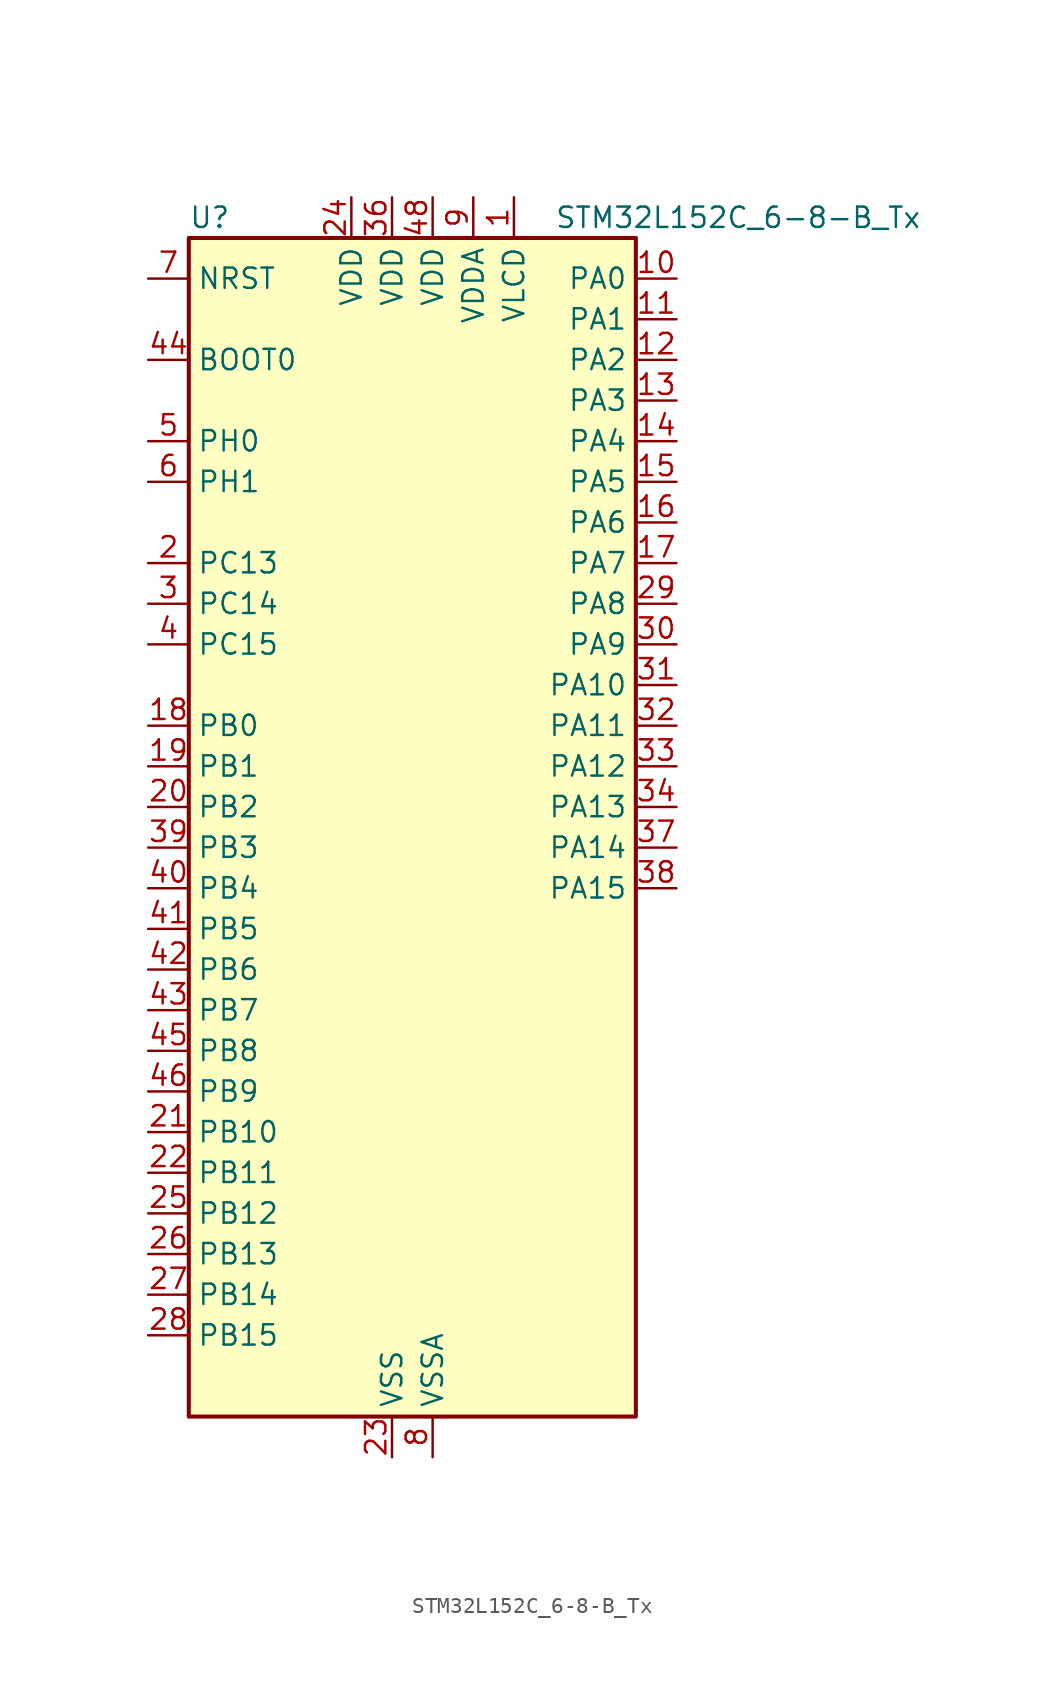
<source format=kicad_sym>
(kicad_symbol_lib
  (version 20231120)
  (generator "kicad_symbol_editor")
  (generator_version "8.0")
  (symbol "STM32L152C_6-8-B_Tx"
    (property "Reference" "U"
      (at -12.7 39.37 0)
      (effects (font (size 1.27 1.27)) (justify left)))
    (property "Value" "STM32L152C_6-8-B_Tx"
      (at 10.16 39.37 0)
      (effects (font (size 1.27 1.27)) (justify left)))
    (property "ki_locked" ""
      (at 0 0 0)
      (effects (font (size 1.27 1.27))))
    (symbol "STM32L152C_6-8-B_Tx_0_1"
      (rectangle (start -12.7 -35.56) (end 15.24 38.1) (stroke (width 0.254) (type default)) (fill (type background))))
    (symbol "STM32L152C_6-8-B_Tx_1_1"
      (pin power_in line (at 7.62 40.64 270) (length 2.54) (name "VLCD" (effects (font (size 1.27 1.27)))) (number "1" (effects (font (size 1.27 1.27)))))
      (pin bidirectional line (at 17.78 35.56 180) (length 2.54) (name "PA0" (effects (font (size 1.27 1.27)))) (number "10" (effects (font (size 1.27 1.27)))) (alternate "ADC_IN0" bidirectional line) (alternate "COMP1_INP" bidirectional line) (alternate "SYS_WKUP1" bidirectional line) (alternate "TIM2_CH1" bidirectional line) (alternate "TIM2_ETR" bidirectional line) (alternate "TIMX_IC1" bidirectional line) (alternate "TS_G1_IO1" bidirectional line) (alternate "USART2_CTS" bidirectional line))
      (pin bidirectional line (at 17.78 33.02 180) (length 2.54) (name "PA1" (effects (font (size 1.27 1.27)))) (number "11" (effects (font (size 1.27 1.27)))) (alternate "ADC_IN1" bidirectional line) (alternate "COMP1_INP" bidirectional line) (alternate "LCD_SEG0" bidirectional line) (alternate "TIM2_CH2" bidirectional line) (alternate "TIMX_IC2" bidirectional line) (alternate "TS_G1_IO2" bidirectional line) (alternate "USART2_RTS" bidirectional line))
      (pin bidirectional line (at 17.78 30.48 180) (length 2.54) (name "PA2" (effects (font (size 1.27 1.27)))) (number "12" (effects (font (size 1.27 1.27)))) (alternate "ADC_IN2" bidirectional line) (alternate "COMP1_INP" bidirectional line) (alternate "LCD_SEG1" bidirectional line) (alternate "TIM2_CH3" bidirectional line) (alternate "TIM9_CH1" bidirectional line) (alternate "TIMX_IC3" bidirectional line) (alternate "TS_G1_IO3" bidirectional line) (alternate "USART2_TX" bidirectional line))
      (pin bidirectional line (at 17.78 27.94 180) (length 2.54) (name "PA3" (effects (font (size 1.27 1.27)))) (number "13" (effects (font (size 1.27 1.27)))) (alternate "ADC_IN3" bidirectional line) (alternate "COMP1_INP" bidirectional line) (alternate "LCD_SEG2" bidirectional line) (alternate "TIM2_CH4" bidirectional line) (alternate "TIM9_CH2" bidirectional line) (alternate "TIMX_IC4" bidirectional line) (alternate "TS_G1_IO4" bidirectional line) (alternate "USART2_RX" bidirectional line))
      (pin bidirectional line (at 17.78 25.4 180) (length 2.54) (name "PA4" (effects (font (size 1.27 1.27)))) (number "14" (effects (font (size 1.27 1.27)))) (alternate "ADC_IN4" bidirectional line) (alternate "COMP1_INP" bidirectional line) (alternate "DAC_OUT1" bidirectional line) (alternate "SPI1_NSS" bidirectional line) (alternate "TIMX_IC1" bidirectional line) (alternate "USART2_CK" bidirectional line))
      (pin bidirectional line (at 17.78 22.86 180) (length 2.54) (name "PA5" (effects (font (size 1.27 1.27)))) (number "15" (effects (font (size 1.27 1.27)))) (alternate "ADC_IN5" bidirectional line) (alternate "COMP1_INP" bidirectional line) (alternate "DAC_OUT2" bidirectional line) (alternate "SPI1_SCK" bidirectional line) (alternate "TIM2_CH1" bidirectional line) (alternate "TIM2_ETR" bidirectional line) (alternate "TIMX_IC2" bidirectional line))
      (pin bidirectional line (at 17.78 20.32 180) (length 2.54) (name "PA6" (effects (font (size 1.27 1.27)))) (number "16" (effects (font (size 1.27 1.27)))) (alternate "ADC_IN6" bidirectional line) (alternate "COMP1_INP" bidirectional line) (alternate "LCD_SEG3" bidirectional line) (alternate "SPI1_MISO" bidirectional line) (alternate "TIM10_CH1" bidirectional line) (alternate "TIM3_CH1" bidirectional line) (alternate "TIMX_IC3" bidirectional line) (alternate "TS_G2_IO1" bidirectional line))
      (pin bidirectional line (at 17.78 17.78 180) (length 2.54) (name "PA7" (effects (font (size 1.27 1.27)))) (number "17" (effects (font (size 1.27 1.27)))) (alternate "ADC_IN7" bidirectional line) (alternate "COMP1_INP" bidirectional line) (alternate "LCD_SEG4" bidirectional line) (alternate "SPI1_MOSI" bidirectional line) (alternate "TIM11_CH1" bidirectional line) (alternate "TIM3_CH2" bidirectional line) (alternate "TIMX_IC4" bidirectional line) (alternate "TS_G2_IO2" bidirectional line))
      (pin bidirectional line (at -15.24 7.62 0) (length 2.54) (name "PB0" (effects (font (size 1.27 1.27)))) (number "18" (effects (font (size 1.27 1.27)))) (alternate "ADC_IN8" bidirectional line) (alternate "COMP1_INP" bidirectional line) (alternate "LCD_SEG5" bidirectional line) (alternate "SYS_V_REF_OUT" bidirectional line) (alternate "TIM3_CH3" bidirectional line) (alternate "TS_G3_IO1" bidirectional line))
      (pin bidirectional line (at -15.24 5.08 0) (length 2.54) (name "PB1" (effects (font (size 1.27 1.27)))) (number "19" (effects (font (size 1.27 1.27)))) (alternate "ADC_IN9" bidirectional line) (alternate "COMP1_INP" bidirectional line) (alternate "LCD_SEG6" bidirectional line) (alternate "SYS_V_REF_OUT" bidirectional line) (alternate "TIM3_CH4" bidirectional line) (alternate "TS_G3_IO2" bidirectional line))
      (pin bidirectional line (at -15.24 17.78 0) (length 2.54) (name "PC13" (effects (font (size 1.27 1.27)))) (number "2" (effects (font (size 1.27 1.27)))) (alternate "RTC_OUT_ALARM" bidirectional line) (alternate "RTC_OUT_CALIB" bidirectional line) (alternate "RTC_TAMP1" bidirectional line) (alternate "RTC_TS" bidirectional line) (alternate "SYS_WKUP2" bidirectional line) (alternate "TIMX_IC2" bidirectional line))
      (pin bidirectional line (at -15.24 2.54 0) (length 2.54) (name "PB2" (effects (font (size 1.27 1.27)))) (number "20" (effects (font (size 1.27 1.27)))))
      (pin bidirectional line (at -15.24 -17.78 0) (length 2.54) (name "PB10" (effects (font (size 1.27 1.27)))) (number "21" (effects (font (size 1.27 1.27)))) (alternate "I2C2_SCL" bidirectional line) (alternate "LCD_SEG10" bidirectional line) (alternate "TIM2_CH3" bidirectional line) (alternate "USART3_TX" bidirectional line))
      (pin bidirectional line (at -15.24 -20.32 0) (length 2.54) (name "PB11" (effects (font (size 1.27 1.27)))) (number "22" (effects (font (size 1.27 1.27)))) (alternate "ADC_EXTI11" bidirectional line) (alternate "I2C2_SDA" bidirectional line) (alternate "LCD_SEG11" bidirectional line) (alternate "TIM2_CH4" bidirectional line) (alternate "USART3_RX" bidirectional line))
      (pin power_in line (at 0 -38.1 90) (length 2.54) (name "VSS" (effects (font (size 1.27 1.27)))) (number "23" (effects (font (size 1.27 1.27)))))
      (pin power_in line (at -2.54 40.64 270) (length 2.54) (name "VDD" (effects (font (size 1.27 1.27)))) (number "24" (effects (font (size 1.27 1.27)))))
      (pin bidirectional line (at -15.24 -22.86 0) (length 2.54) (name "PB12" (effects (font (size 1.27 1.27)))) (number "25" (effects (font (size 1.27 1.27)))) (alternate "ADC_IN18" bidirectional line) (alternate "COMP1_INP" bidirectional line) (alternate "I2C2_SMBA" bidirectional line) (alternate "LCD_SEG12" bidirectional line) (alternate "SPI2_NSS" bidirectional line) (alternate "TIM10_CH1" bidirectional line) (alternate "TS_G7_IO1" bidirectional line) (alternate "USART3_CK" bidirectional line))
      (pin bidirectional line (at -15.24 -25.4 0) (length 2.54) (name "PB13" (effects (font (size 1.27 1.27)))) (number "26" (effects (font (size 1.27 1.27)))) (alternate "ADC_IN19" bidirectional line) (alternate "COMP1_INP" bidirectional line) (alternate "LCD_SEG13" bidirectional line) (alternate "SPI2_SCK" bidirectional line) (alternate "TIM9_CH1" bidirectional line) (alternate "TS_G7_IO2" bidirectional line) (alternate "USART3_CTS" bidirectional line))
      (pin bidirectional line (at -15.24 -27.94 0) (length 2.54) (name "PB14" (effects (font (size 1.27 1.27)))) (number "27" (effects (font (size 1.27 1.27)))) (alternate "ADC_IN20" bidirectional line) (alternate "COMP1_INP" bidirectional line) (alternate "LCD_SEG14" bidirectional line) (alternate "SPI2_MISO" bidirectional line) (alternate "TIM9_CH2" bidirectional line) (alternate "TS_G7_IO3" bidirectional line) (alternate "USART3_RTS" bidirectional line))
      (pin bidirectional line (at -15.24 -30.48 0) (length 2.54) (name "PB15" (effects (font (size 1.27 1.27)))) (number "28" (effects (font (size 1.27 1.27)))) (alternate "ADC_EXTI15" bidirectional line) (alternate "ADC_IN21" bidirectional line) (alternate "COMP1_INP" bidirectional line) (alternate "LCD_SEG15" bidirectional line) (alternate "RTC_REFIN" bidirectional line) (alternate "SPI2_MOSI" bidirectional line) (alternate "TIM11_CH1" bidirectional line) (alternate "TS_G7_IO4" bidirectional line))
      (pin bidirectional line (at 17.78 15.24 180) (length 2.54) (name "PA8" (effects (font (size 1.27 1.27)))) (number "29" (effects (font (size 1.27 1.27)))) (alternate "LCD_COM0" bidirectional line) (alternate "RCC_MCO" bidirectional line) (alternate "TIMX_IC1" bidirectional line) (alternate "TS_G4_IO1" bidirectional line) (alternate "USART1_CK" bidirectional line))
      (pin bidirectional line (at -15.24 15.24 0) (length 2.54) (name "PC14" (effects (font (size 1.27 1.27)))) (number "3" (effects (font (size 1.27 1.27)))) (alternate "RCC_OSC32_IN" bidirectional line) (alternate "TIMX_IC3" bidirectional line))
      (pin bidirectional line (at 17.78 12.7 180) (length 2.54) (name "PA9" (effects (font (size 1.27 1.27)))) (number "30" (effects (font (size 1.27 1.27)))) (alternate "DAC_EXTI9" bidirectional line) (alternate "LCD_COM1" bidirectional line) (alternate "TIMX_IC2" bidirectional line) (alternate "TS_G4_IO2" bidirectional line) (alternate "USART1_TX" bidirectional line))
      (pin bidirectional line (at 17.78 10.16 180) (length 2.54) (name "PA10" (effects (font (size 1.27 1.27)))) (number "31" (effects (font (size 1.27 1.27)))) (alternate "LCD_COM2" bidirectional line) (alternate "TIMX_IC3" bidirectional line) (alternate "TS_G4_IO3" bidirectional line) (alternate "USART1_RX" bidirectional line))
      (pin bidirectional line (at 17.78 7.62 180) (length 2.54) (name "PA11" (effects (font (size 1.27 1.27)))) (number "32" (effects (font (size 1.27 1.27)))) (alternate "ADC_EXTI11" bidirectional line) (alternate "SPI1_MISO" bidirectional line) (alternate "TIMX_IC4" bidirectional line) (alternate "USART1_CTS" bidirectional line) (alternate "USB_DM" bidirectional line))
      (pin bidirectional line (at 17.78 5.08 180) (length 2.54) (name "PA12" (effects (font (size 1.27 1.27)))) (number "33" (effects (font (size 1.27 1.27)))) (alternate "SPI1_MOSI" bidirectional line) (alternate "TIMX_IC1" bidirectional line) (alternate "USART1_RTS" bidirectional line) (alternate "USB_DP" bidirectional line))
      (pin bidirectional line (at 17.78 2.54 180) (length 2.54) (name "PA13" (effects (font (size 1.27 1.27)))) (number "34" (effects (font (size 1.27 1.27)))) (alternate "SYS_JTMS-SWDIO" bidirectional line) (alternate "TIMX_IC2" bidirectional line) (alternate "TS_G5_IO1" bidirectional line))
      (pin passive line (at 0 -38.1 90) (length 2.54) hide (name "VSS" (effects (font (size 1.27 1.27)))) (number "35" (effects (font (size 1.27 1.27)))))
      (pin power_in line (at 0 40.64 270) (length 2.54) (name "VDD" (effects (font (size 1.27 1.27)))) (number "36" (effects (font (size 1.27 1.27)))))
      (pin bidirectional line (at 17.78 0 180) (length 2.54) (name "PA14" (effects (font (size 1.27 1.27)))) (number "37" (effects (font (size 1.27 1.27)))) (alternate "SYS_JTCK-SWCLK" bidirectional line) (alternate "TIMX_IC3" bidirectional line) (alternate "TS_G5_IO2" bidirectional line))
      (pin bidirectional line (at 17.78 -2.54 180) (length 2.54) (name "PA15" (effects (font (size 1.27 1.27)))) (number "38" (effects (font (size 1.27 1.27)))) (alternate "ADC_EXTI15" bidirectional line) (alternate "LCD_SEG17" bidirectional line) (alternate "SPI1_NSS" bidirectional line) (alternate "SYS_JTDI" bidirectional line) (alternate "TIM2_CH1" bidirectional line) (alternate "TIM2_ETR" bidirectional line) (alternate "TIMX_IC4" bidirectional line) (alternate "TS_G5_IO3" bidirectional line))
      (pin bidirectional line (at -15.24 0 0) (length 2.54) (name "PB3" (effects (font (size 1.27 1.27)))) (number "39" (effects (font (size 1.27 1.27)))) (alternate "COMP2_INM" bidirectional line) (alternate "LCD_SEG7" bidirectional line) (alternate "SPI1_SCK" bidirectional line) (alternate "SYS_JTDO-TRACESWO" bidirectional line) (alternate "TIM2_CH2" bidirectional line))
      (pin bidirectional line (at -15.24 12.7 0) (length 2.54) (name "PC15" (effects (font (size 1.27 1.27)))) (number "4" (effects (font (size 1.27 1.27)))) (alternate "ADC_EXTI15" bidirectional line) (alternate "RCC_OSC32_OUT" bidirectional line) (alternate "TIMX_IC4" bidirectional line))
      (pin bidirectional line (at -15.24 -2.54 0) (length 2.54) (name "PB4" (effects (font (size 1.27 1.27)))) (number "40" (effects (font (size 1.27 1.27)))) (alternate "COMP2_INP" bidirectional line) (alternate "LCD_SEG8" bidirectional line) (alternate "SPI1_MISO" bidirectional line) (alternate "SYS_JTRST" bidirectional line) (alternate "TIM3_CH1" bidirectional line) (alternate "TS_G6_IO1" bidirectional line))
      (pin bidirectional line (at -15.24 -5.08 0) (length 2.54) (name "PB5" (effects (font (size 1.27 1.27)))) (number "41" (effects (font (size 1.27 1.27)))) (alternate "COMP2_INP" bidirectional line) (alternate "I2C1_SMBA" bidirectional line) (alternate "LCD_SEG9" bidirectional line) (alternate "SPI1_MOSI" bidirectional line) (alternate "TIM3_CH2" bidirectional line) (alternate "TS_G6_IO2" bidirectional line))
      (pin bidirectional line (at -15.24 -7.62 0) (length 2.54) (name "PB6" (effects (font (size 1.27 1.27)))) (number "42" (effects (font (size 1.27 1.27)))) (alternate "I2C1_SCL" bidirectional line) (alternate "TIM4_CH1" bidirectional line) (alternate "USART1_TX" bidirectional line))
      (pin bidirectional line (at -15.24 -10.16 0) (length 2.54) (name "PB7" (effects (font (size 1.27 1.27)))) (number "43" (effects (font (size 1.27 1.27)))) (alternate "I2C1_SDA" bidirectional line) (alternate "SYS_PVD_IN" bidirectional line) (alternate "TIM4_CH2" bidirectional line) (alternate "USART1_RX" bidirectional line))
      (pin input line (at -15.24 30.48 0) (length 2.54) (name "BOOT0" (effects (font (size 1.27 1.27)))) (number "44" (effects (font (size 1.27 1.27)))))
      (pin bidirectional line (at -15.24 -12.7 0) (length 2.54) (name "PB8" (effects (font (size 1.27 1.27)))) (number "45" (effects (font (size 1.27 1.27)))) (alternate "I2C1_SCL" bidirectional line) (alternate "LCD_SEG16" bidirectional line) (alternate "TIM10_CH1" bidirectional line) (alternate "TIM4_CH3" bidirectional line))
      (pin bidirectional line (at -15.24 -15.24 0) (length 2.54) (name "PB9" (effects (font (size 1.27 1.27)))) (number "46" (effects (font (size 1.27 1.27)))) (alternate "DAC_EXTI9" bidirectional line) (alternate "I2C1_SDA" bidirectional line) (alternate "LCD_COM3" bidirectional line) (alternate "TIM11_CH1" bidirectional line) (alternate "TIM4_CH4" bidirectional line))
      (pin passive line (at 0 -38.1 90) (length 2.54) hide (name "VSS" (effects (font (size 1.27 1.27)))) (number "47" (effects (font (size 1.27 1.27)))))
      (pin power_in line (at 2.54 40.64 270) (length 2.54) (name "VDD" (effects (font (size 1.27 1.27)))) (number "48" (effects (font (size 1.27 1.27)))))
      (pin bidirectional line (at -15.24 25.4 0) (length 2.54) (name "PH0" (effects (font (size 1.27 1.27)))) (number "5" (effects (font (size 1.27 1.27)))) (alternate "RCC_OSC_IN" bidirectional line))
      (pin bidirectional line (at -15.24 22.86 0) (length 2.54) (name "PH1" (effects (font (size 1.27 1.27)))) (number "6" (effects (font (size 1.27 1.27)))) (alternate "RCC_OSC_OUT" bidirectional line))
      (pin input line (at -15.24 35.56 0) (length 2.54) (name "NRST" (effects (font (size 1.27 1.27)))) (number "7" (effects (font (size 1.27 1.27)))))
      (pin power_in line (at 2.54 -38.1 90) (length 2.54) (name "VSSA" (effects (font (size 1.27 1.27)))) (number "8" (effects (font (size 1.27 1.27)))))
      (pin power_in line (at 5.08 40.64 270) (length 2.54) (name "VDDA" (effects (font (size 1.27 1.27)))) (number "9" (effects (font (size 1.27 1.27))))))))
</source>
